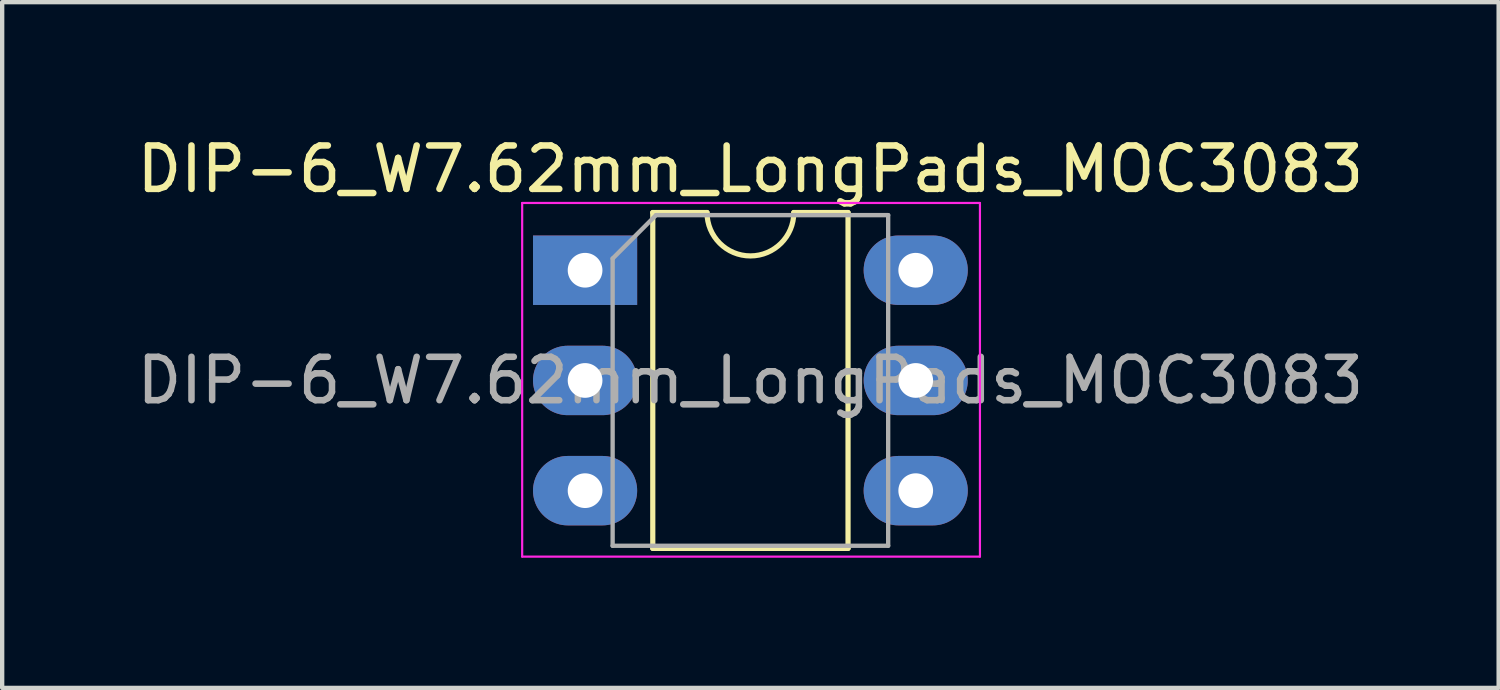
<source format=kicad_pcb>
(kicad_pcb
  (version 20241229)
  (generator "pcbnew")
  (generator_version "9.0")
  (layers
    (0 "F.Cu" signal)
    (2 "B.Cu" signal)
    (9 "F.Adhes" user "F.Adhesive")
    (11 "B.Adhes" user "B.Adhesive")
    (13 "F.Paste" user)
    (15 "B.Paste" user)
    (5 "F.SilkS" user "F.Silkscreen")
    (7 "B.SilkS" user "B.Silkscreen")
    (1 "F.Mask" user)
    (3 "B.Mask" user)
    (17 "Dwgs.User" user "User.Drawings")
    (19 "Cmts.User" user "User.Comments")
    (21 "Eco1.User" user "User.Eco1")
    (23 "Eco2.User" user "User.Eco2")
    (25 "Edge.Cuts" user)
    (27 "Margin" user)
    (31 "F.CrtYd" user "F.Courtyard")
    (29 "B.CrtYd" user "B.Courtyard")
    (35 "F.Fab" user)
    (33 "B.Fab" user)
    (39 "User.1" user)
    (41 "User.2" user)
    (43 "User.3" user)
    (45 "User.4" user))
  (footprint "DIP-6_W7.62mm_LongPads_MOC3083"
    (layer "F.Cu")
    (at 10.434 3.178)
    (property "Reference" "DIP-6_W7.62mm_LongPads_MOC3083" (at 3.81 -2.33 0) (layer "F.SilkS") (effects (font (size 1 1) (thickness 0.15))))
    (attr through_hole)
    (fp_line (start 1.56 -1.33) (end 1.56 6.41) (stroke (width 0.12) (type solid)) (layer "F.SilkS"))
    (fp_line (start 1.56 6.41) (end 6.06 6.41) (stroke (width 0.12) (type solid)) (layer "F.SilkS"))
    (fp_line (start 2.81 -1.33) (end 1.56 -1.33) (stroke (width 0.12) (type solid)) (layer "F.SilkS"))
    (fp_line (start 6.06 -1.33) (end 4.81 -1.33) (stroke (width 0.12) (type solid)) (layer "F.SilkS"))
    (fp_line (start 6.06 6.41) (end 6.06 -1.33) (stroke (width 0.12) (type solid)) (layer "F.SilkS"))
    (fp_arc (start 4.81 -1.33) (mid 3.81 -0.33) (end 2.81 -1.33) (stroke (width 0.12) (type solid)) (layer "F.SilkS"))
    (fp_line (start -1.45 -1.55) (end -1.45 6.6) (stroke (width 0.05) (type solid)) (layer "F.CrtYd"))
    (fp_line (start -1.45 6.6) (end 9.1 6.6) (stroke (width 0.05) (type solid)) (layer "F.CrtYd"))
    (fp_line (start 9.1 -1.55) (end -1.45 -1.55) (stroke (width 0.05) (type solid)) (layer "F.CrtYd"))
    (fp_line (start 9.1 6.6) (end 9.1 -1.55) (stroke (width 0.05) (type solid)) (layer "F.CrtYd"))
    (fp_line (start 0.635 -0.27) (end 1.635 -1.27) (stroke (width 0.1) (type solid)) (layer "F.Fab"))
    (fp_line (start 0.635 6.35) (end 0.635 -0.27) (stroke (width 0.1) (type solid)) (layer "F.Fab"))
    (fp_line (start 1.635 -1.27) (end 6.985 -1.27) (stroke (width 0.1) (type solid)) (layer "F.Fab"))
    (fp_line (start 6.985 -1.27) (end 6.985 6.35) (stroke (width 0.1) (type solid)) (layer "F.Fab"))
    (fp_line (start 6.985 6.35) (end 0.635 6.35) (stroke (width 0.1) (type solid)) (layer "F.Fab"))
    (fp_text user "${REFERENCE}" (at 3.81 2.54 0) (layer "F.Fab") (effects (font (size 1 1) (thickness 0.15))))
    (pad "1" thru_hole rect (at 0 0) (size 2.4 1.6) (drill 0.8) (layers "*.Cu" "*.Mask"))
    (pad "2" thru_hole oval (at 0 2.54) (size 2.4 1.6) (drill 0.8) (layers "*.Cu" "*.Mask"))
    (pad "3" thru_hole oval (at 0 5.08) (size 2.4 1.6) (drill 0.8) (layers "*.Cu" "*.Mask"))
    (pad "4" thru_hole oval (at 7.62 5.08) (size 2.4 1.6) (drill 0.8) (layers "*.Cu" "*.Mask"))
    (pad "5" thru_hole oval (at 7.62 2.54) (size 2.4 1.6) (drill 0.8) (layers "*.Cu" "*.Mask"))
    (pad "6" thru_hole oval (at 7.62 0) (size 2.4 1.6) (drill 0.8) (layers "*.Cu" "*.Mask")))
  (gr_rect
    (start -3 -3)
    (end 31.488 12.803)
    (stroke (width 0.1) (type default))
    (fill no)
    (layer "Edge.Cuts")))
</source>
